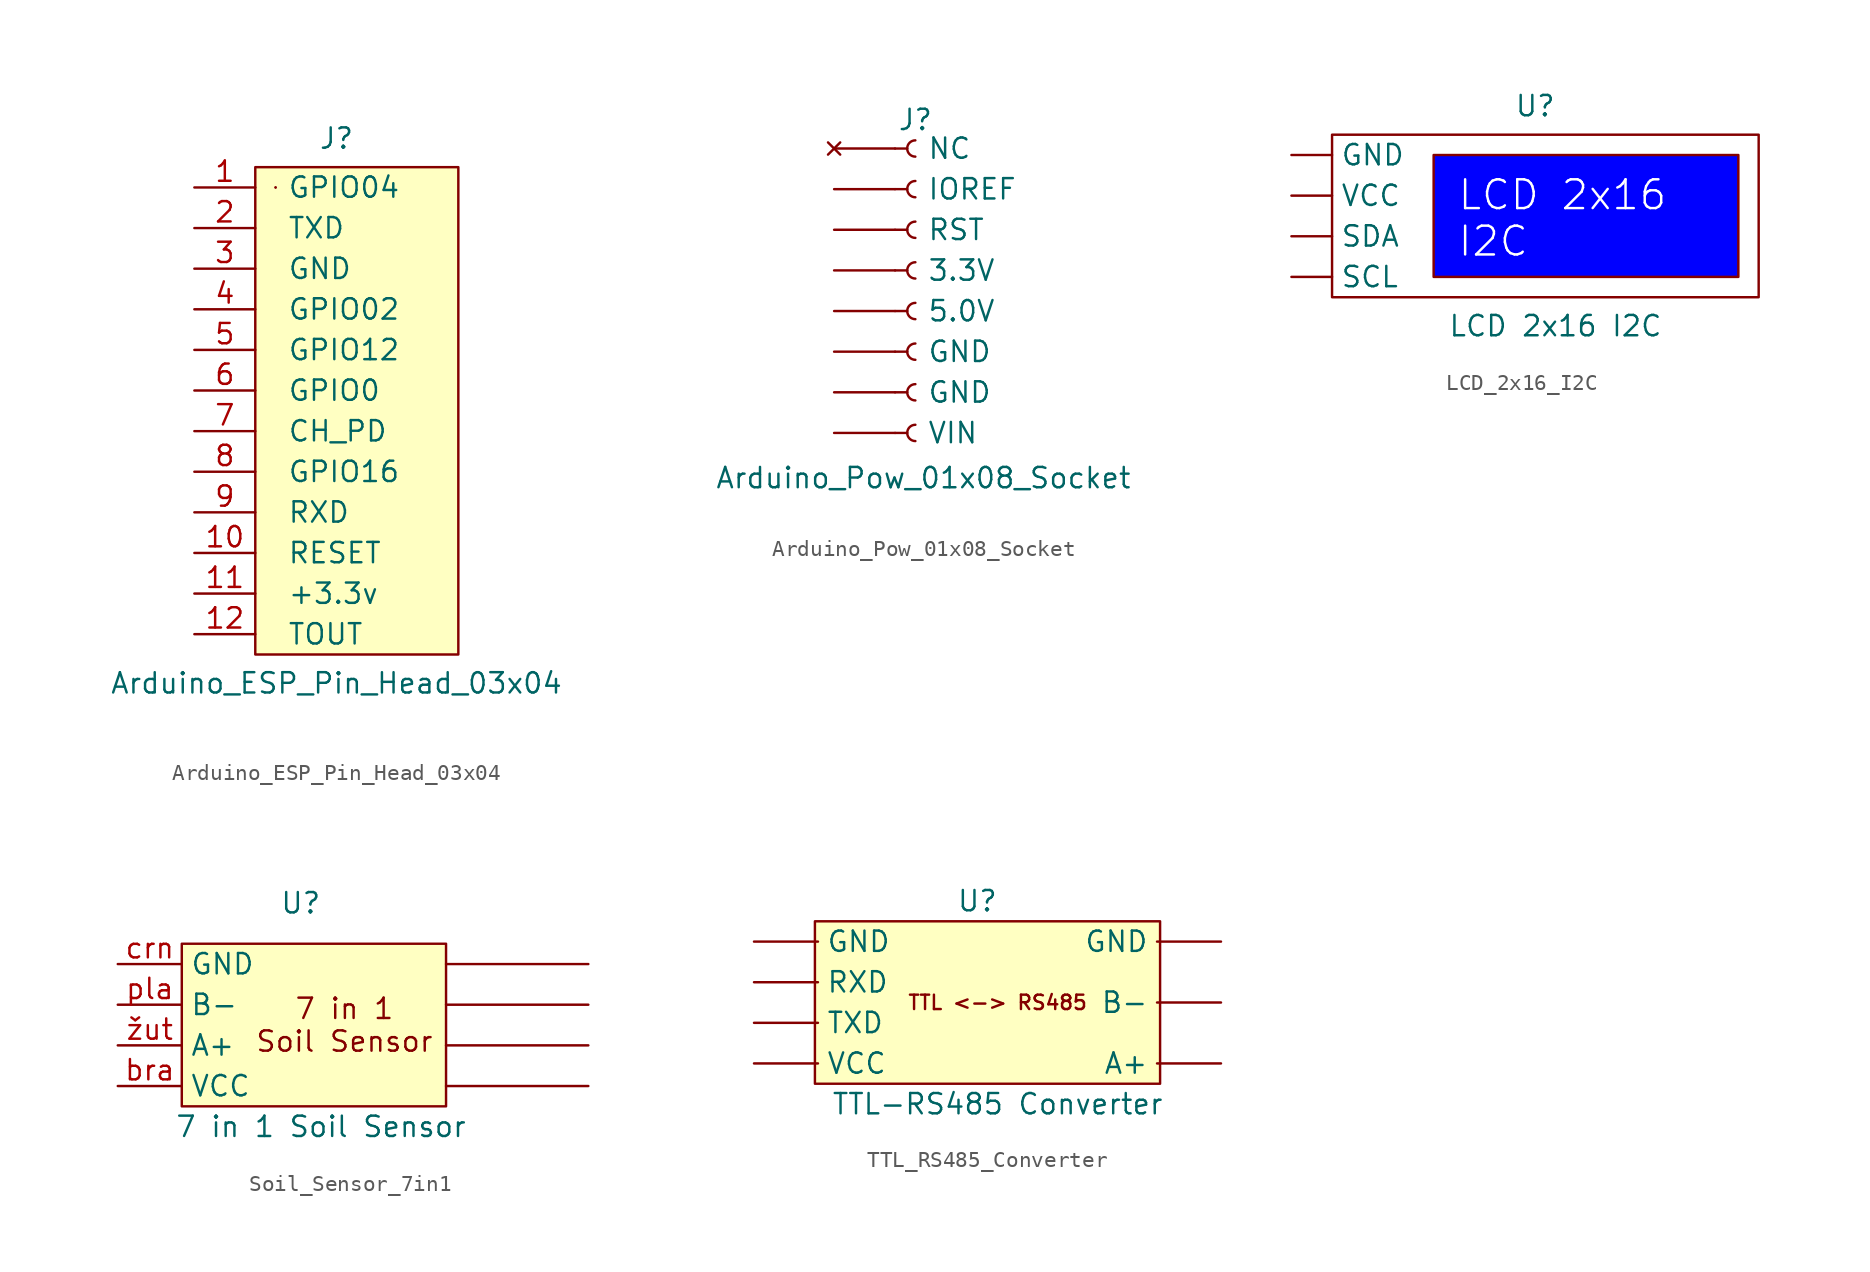
<source format=kicad_sym>
(kicad_symbol_lib
  (version 20231120)
  (generator "kicad_symbol_editor")
  (generator_version "8.0")
  (symbol "Arduino_ESP_Pin_Head_03x04"
    (pin_names
      (offset 2))
    (property "Reference" "J"
      (at 8.89 17.78 0)
      (do_not_autoplace)
      (effects (font (size 1.27 1.27)) (justify top)))
    (property "Value" "Arduino_ESP_Pin_Head_03x04"
      (at 8.89 -17.78 0)
      (do_not_autoplace)
      (effects (font (size 1.27 1.27)) (justify bottom)))
    (symbol "Arduino_ESP_Pin_Head_03x04_0_1"
      (arc (start 5.08 13.97) (mid 5.08 13.97) (end 5.08 13.97) (stroke (width 0) (type default)) (fill (type none)))
      (arc (start 5.08 13.97) (mid 5.08 13.97) (end 5.08 13.97) (stroke (width 0) (type default)) (fill (type none))))
    (symbol "Arduino_ESP_Pin_Head_03x04_1_1"
      (rectangle (start 3.81 15.24) (end 16.51 -15.24) (stroke (width 0) (type default)) (fill (type background)))
      (pin bidirectional line (at 0 13.97 0) (length 3.81) (name "GPIO04" (effects (font (size 1.27 1.27)))) (number "1" (effects (font (size 1.27 1.27)))))
      (pin input line (at 0 -8.89 0) (length 3.81) (name "RESET" (effects (font (size 1.27 1.27)))) (number "10" (effects (font (size 1.27 1.27)))))
      (pin power_out line (at 0 -11.43 0) (length 3.81) (name "+3.3v" (effects (font (size 1.27 1.27)))) (number "11" (effects (font (size 1.27 1.27)))))
      (pin passive line (at 0 -13.97 0) (length 3.81) (name "TOUT" (effects (font (size 1.27 1.27)))) (number "12" (effects (font (size 1.27 1.27)))))
      (pin output line (at 0 11.43 0) (length 3.81) (name "TXD" (effects (font (size 1.27 1.27)))) (number "2" (effects (font (size 1.27 1.27)))))
      (pin power_in line (at 0 8.89 0) (length 3.81) (name "GND" (effects (font (size 1.27 1.27)))) (number "3" (effects (font (size 1.27 1.27)))))
      (pin bidirectional line (at 0 6.35 0) (length 3.81) (name "GPIO02" (effects (font (size 1.27 1.27)))) (number "4" (effects (font (size 1.27 1.27)))))
      (pin bidirectional line (at 0 3.81 0) (length 3.81) (name "GPIO12" (effects (font (size 1.27 1.27)))) (number "5" (effects (font (size 1.27 1.27)))))
      (pin bidirectional line (at 0 1.27 0) (length 3.81) (name "GPIO0" (effects (font (size 1.27 1.27)))) (number "6" (effects (font (size 1.27 1.27)))))
      (pin bidirectional line (at 0 -1.27 0) (length 3.81) (name "CH_PD" (effects (font (size 1.27 1.27)))) (number "7" (effects (font (size 1.27 1.27)))))
      (pin bidirectional line (at 0 -3.81 0) (length 3.81) (name "GPIO16" (effects (font (size 1.27 1.27)))) (number "8" (effects (font (size 1.27 1.27)))))
      (pin input line (at 0 -6.35 0) (length 3.81) (name "RXD" (effects (font (size 1.27 1.27)))) (number "9" (effects (font (size 1.27 1.27)))))))
  (symbol "Arduino_Pow_01x08_Socket"
    (pin_numbers hide)
    (pin_names
      (offset 2))
    (property "Reference" "J"
      (at 0 10.16 0)
      (do_not_autoplace)
      (effects (font (size 1.27 1.27)) (justify top)))
    (property "Value" "Arduino_Pow_01x08_Socket"
      (at 0.508 -13.716 0)
      (do_not_autoplace)
      (effects (font (size 1.27 1.27)) (justify bottom)))
    (symbol "Arduino_Pow_01x08_Socket_1_1"
      (arc (start -0.0022 8.128) (mid -0.508 7.62) (end -0.0022 7.112) (stroke (width 0.1524) (type default)) (fill (type none)))
      (arc (start 0 -9.652) (mid -0.5058 -10.16) (end 0 -10.668) (stroke (width 0.1524) (type default)) (fill (type none)))
      (arc (start 0 -7.112) (mid -0.5058 -7.62) (end 0 -8.128) (stroke (width 0.1524) (type default)) (fill (type none)))
      (arc (start 0 -4.572) (mid -0.5058 -5.08) (end 0 -5.588) (stroke (width 0.1524) (type default)) (fill (type none)))
      (arc (start 0 -2.032) (mid -0.5058 -2.54) (end 0 -3.048) (stroke (width 0.1524) (type default)) (fill (type none)))
      (polyline (pts (xy -1.27 -10.16) (xy -0.508 -10.16)) (stroke (width 0.152) (type default)) (fill (type none)))
      (polyline (pts (xy -1.27 -7.62) (xy -0.508 -7.62)) (stroke (width 0.152) (type default)) (fill (type none)))
      (polyline (pts (xy -1.27 -5.08) (xy -0.508 -5.08)) (stroke (width 0.152) (type default)) (fill (type none)))
      (polyline (pts (xy -1.27 -2.54) (xy -0.508 -2.54)) (stroke (width 0.152) (type default)) (fill (type none)))
      (polyline (pts (xy -1.27 0) (xy -0.508 0)) (stroke (width 0.152) (type default)) (fill (type none)))
      (polyline (pts (xy -1.27 2.54) (xy -0.508 2.54)) (stroke (width 0.152) (type default)) (fill (type none)))
      (polyline (pts (xy -1.27 5.08) (xy -0.508 5.08)) (stroke (width 0.152) (type default)) (fill (type none)))
      (polyline (pts (xy -1.27 7.62) (xy -0.508 7.62)) (stroke (width 0.152) (type default)) (fill (type none)))
      (arc (start 0 0.508) (mid -0.5058 0) (end 0 -0.508) (stroke (width 0.1524) (type default)) (fill (type none)))
      (arc (start 0 3.048) (mid -0.5058 2.54) (end 0 2.032) (stroke (width 0.1524) (type default)) (fill (type none)))
      (arc (start 0 5.588) (mid -0.5058 5.08) (end 0 4.572) (stroke (width 0.1524) (type default)) (fill (type none)))
      (pin no_connect line (at -5.08 7.62 0) (length 3.81) (name "NC" (effects (font (size 1.27 1.27)))) (number "1" (effects (font (size 1.27 1.27)))))
      (pin bidirectional line (at -5.08 5.08 0) (length 3.81) (name "IOREF" (effects (font (size 1.27 1.27)))) (number "2" (effects (font (size 1.27 1.27)))))
      (pin input line (at -5.08 2.54 0) (length 3.81) (name "RST" (effects (font (size 1.27 1.27)))) (number "3" (effects (font (size 1.27 1.27)))))
      (pin power_out line (at -5.08 0 0) (length 3.81) (name "3.3V" (effects (font (size 1.27 1.27)))) (number "4" (effects (font (size 1.27 1.27)))))
      (pin power_out line (at -5.08 -2.54 0) (length 3.81) (name "5.0V" (effects (font (size 1.27 1.27)))) (number "5" (effects (font (size 1.27 1.27)))))
      (pin power_in line (at -5.08 -5.08 0) (length 3.81) (name "GND" (effects (font (size 1.27 1.27)))) (number "6" (effects (font (size 1.27 1.27)))))
      (pin power_in line (at -5.08 -7.62 0) (length 3.81) (name "GND" (effects (font (size 1.27 1.27)))) (number "7" (effects (font (size 1.27 1.27)))))
      (pin power_in line (at -5.08 -10.16 0) (length 3.81) (name "VIN" (effects (font (size 1.27 1.27)))) (number "8" (effects (font (size 1.27 1.27)))))))
  (symbol "LCD_2x16_I2C"
    (property "Reference" "U"
      (at 15.24 6.35 0)
      (do_not_autoplace)
      (effects (font (size 1.27 1.27)) (justify top)))
    (property "Value" "LCD 2x16 I2C"
      (at 16.51 -8.89 0)
      (do_not_autoplace)
      (effects (font (size 1.27 1.27)) (justify bottom)))
    (symbol "LCD_2x16_I2C_0_1"
      (rectangle (start 2.54 3.81) (end 29.21 -6.35) (stroke (width 0) (type default)) (fill (type none))))
    (symbol "LCD_2x16_I2C_1_1"
      (text_box "LCD 2x16 I2C" (at 8.89 2.54 0) (size 19.05 -7.62) (stroke (width 0) (type default)) (fill (type color) (color 0 0 255 1)) (effects (font (size 1.8 1.8) (color 255 255 255 1)) (justify left top)))
      (pin power_in line (at 0 2.54 0) (length 2.54) (name "GND" (effects (font (size 1.27 1.27)))) (number "" (effects (font (size 1.27 1.27)))))
      (pin bidirectional line (at 0 -5.08 0) (length 2.54) (name "SCL" (effects (font (size 1.27 1.27)))) (number "" (effects (font (size 1.27 1.27)))))
      (pin bidirectional line (at 0 -2.54 0) (length 2.54) (name "SDA" (effects (font (size 1.27 1.27)))) (number "" (effects (font (size 1.27 1.27)))))
      (pin power_in line (at 0 0 0) (length 2.54) (name "VCC" (effects (font (size 1.27 1.27)))) (number "" (effects (font (size 1.27 1.27)))))))
  (symbol "Soil_Sensor_7in1"
    (property "Reference" "U"
      (at 0 7.62 0)
      (do_not_autoplace)
      (effects (font (size 1.27 1.27))))
    (property "Value" "7 in 1 Soil Sensor"
      (at 1.27 -6.35 0)
      (do_not_autoplace)
      (effects (font (size 1.27 1.27))))
    (symbol "Soil_Sensor_7in1_0_1"
      (polyline (pts (xy 9.08 -3.81) (xy 17.97 -3.81)) (stroke (width 0) (type default)) (fill (type none)))
      (polyline (pts (xy 9.08 -1.27) (xy 17.97 -1.27)) (stroke (width 0) (type default)) (fill (type none)))
      (polyline (pts (xy 9.08 1.27) (xy 17.97 1.27)) (stroke (width 0) (type default)) (fill (type none)))
      (polyline (pts (xy 9.08 3.81) (xy 17.97 3.81)) (stroke (width 0) (type default)) (fill (type none))))
    (symbol "Soil_Sensor_7in1_1_1"
      (rectangle (start -7.43 5.08) (end 9.08 -5.08) (stroke (width 0) (type default)) (fill (type background)))
      (text "7 in 1\nSoil Sensor" (at 2.73 0 0) (effects (font (size 1.27 1.27))))
      (pin power_in line (at -11.43 -3.81 0) (length 4) (name "VCC" (effects (font (size 1.27 1.27)))) (number "bra" (effects (font (size 1.27 1.27)))))
      (pin power_in line (at -11.43 3.81 0) (length 4) (name "GND" (effects (font (size 1.27 1.27)))) (number "crn" (effects (font (size 1.27 1.27)))))
      (pin bidirectional line (at -11.43 1.27 0) (length 4) (name "B-" (effects (font (size 1.27 1.27)))) (number "pla" (effects (font (size 1.27 1.27)))))
      (pin bidirectional line (at -11.43 -1.27 0) (length 4) (name "A+" (effects (font (size 1.27 1.27)))) (number "žut" (effects (font (size 1.27 1.27)))))))
  (symbol "TTL_RS485_Converter"
    (property "Reference" "U"
      (at 0 6.35 0)
      (do_not_autoplace)
      (effects (font (size 1.27 1.27))))
    (property "Value" "TTL-RS485 Converter"
      (at 1.27 -6.35 0)
      (do_not_autoplace)
      (effects (font (size 1.27 1.27))))
    (symbol "TTL_RS485_Converter_1_1"
      (rectangle (start -10.16 5.08) (end 11.43 -5.08) (stroke (width 0) (type default)) (fill (type background)))
      (text "TTL <-> RS485" (at 1.27 0 0) (effects (font (size 0.9 0.9))))
      (pin bidirectional line (at 15.24 -3.81 180) (length 4) (name "A+" (effects (font (size 1.27 1.27)))) (number "" (effects (font (size 1.27 1.27)))))
      (pin bidirectional line (at 15.24 0 180) (length 4) (name "B-" (effects (font (size 1.27 1.27)))) (number "" (effects (font (size 1.27 1.27)))))
      (pin power_in line (at -13.97 3.81 0) (length 4) (name "GND" (effects (font (size 1.27 1.27)))) (number "" (effects (font (size 1.27 1.27)))))
      (pin power_in line (at 15.24 3.81 180) (length 4) (name "GND" (effects (font (size 1.27 1.27)))) (number "" (effects (font (size 1.27 1.27)))))
      (pin input line (at -13.97 1.27 0) (length 4) (name "RXD" (effects (font (size 1.27 1.27)))) (number "" (effects (font (size 1.27 1.27)))))
      (pin output line (at -13.97 -1.27 0) (length 4) (name "TXD" (effects (font (size 1.27 1.27)))) (number "" (effects (font (size 1.27 1.27)))))
      (pin power_in line (at -13.97 -3.81 0) (length 4) (name "VCC" (effects (font (size 1.27 1.27)))) (number "" (effects (font (size 1.27 1.27))))))))
</source>
